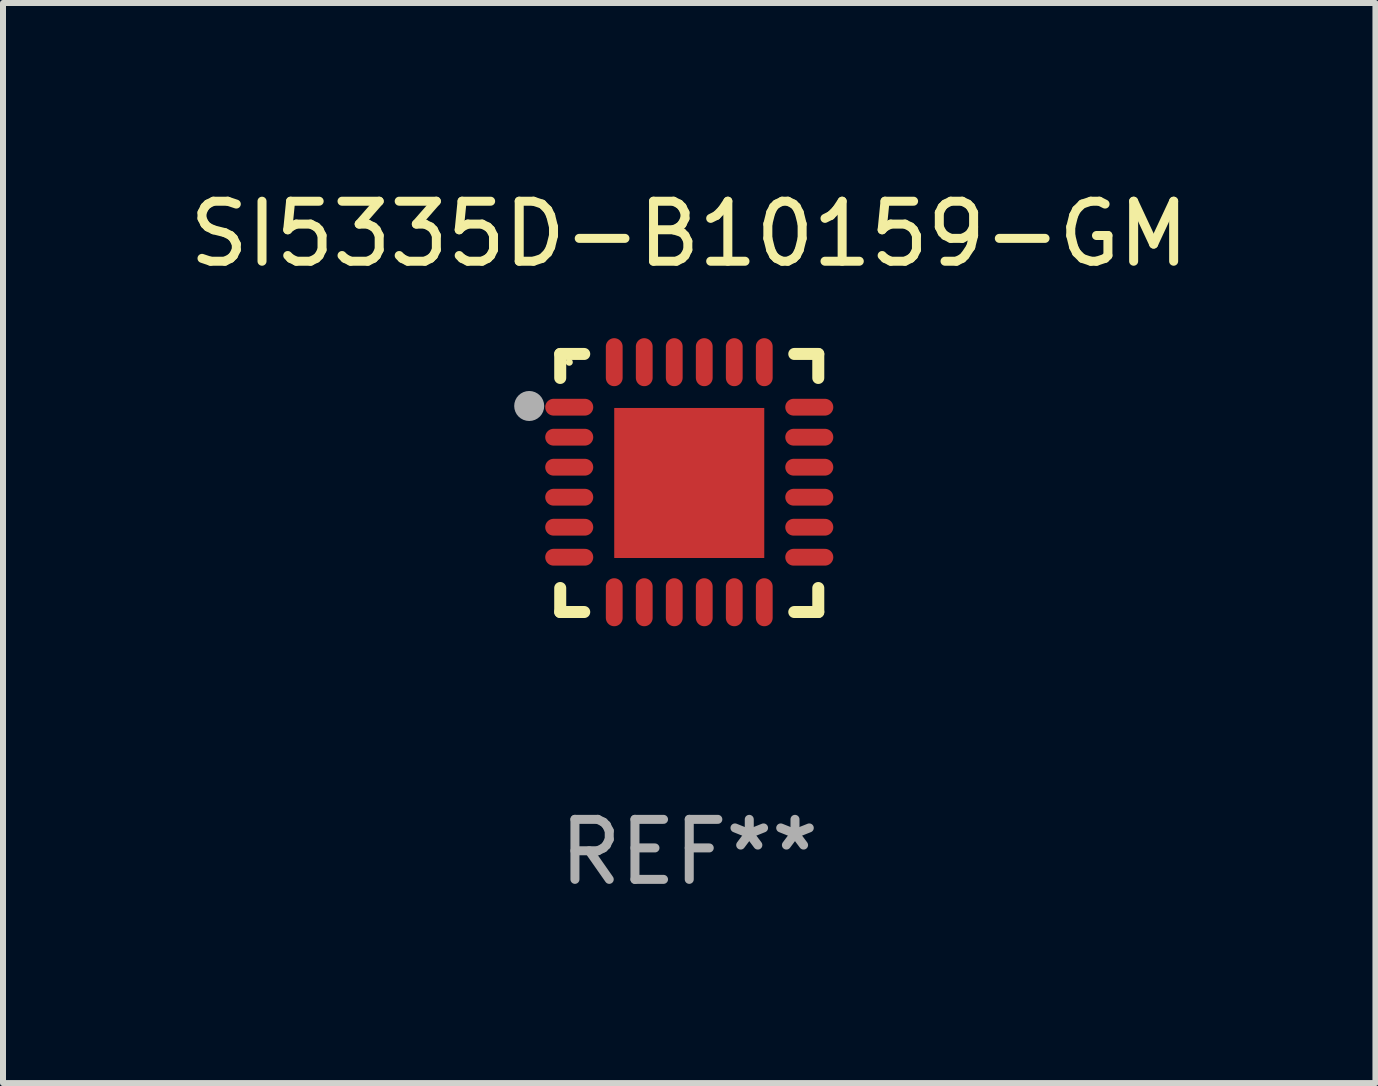
<source format=kicad_pcb>
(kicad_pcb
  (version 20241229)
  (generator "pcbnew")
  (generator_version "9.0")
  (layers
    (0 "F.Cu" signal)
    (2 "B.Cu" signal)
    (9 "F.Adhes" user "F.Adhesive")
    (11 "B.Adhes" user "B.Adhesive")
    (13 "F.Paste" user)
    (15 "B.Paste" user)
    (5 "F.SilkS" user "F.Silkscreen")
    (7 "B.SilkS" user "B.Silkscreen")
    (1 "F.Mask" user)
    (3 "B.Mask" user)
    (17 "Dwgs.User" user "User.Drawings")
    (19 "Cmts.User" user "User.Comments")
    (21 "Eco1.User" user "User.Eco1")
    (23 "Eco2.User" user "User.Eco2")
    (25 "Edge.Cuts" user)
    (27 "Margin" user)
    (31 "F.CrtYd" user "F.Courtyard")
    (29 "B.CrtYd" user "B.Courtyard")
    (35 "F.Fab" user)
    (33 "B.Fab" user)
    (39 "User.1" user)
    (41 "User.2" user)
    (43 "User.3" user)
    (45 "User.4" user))
  (footprint "SI5335D-B10159-GM"
    (layer "F.Cu")
    (at 8.435 4.998)
    (property "Reference" "SI5335D-B10159-GM" (at 0 -4.15 0) (layer "F.SilkS") (effects (font (size 1 1) (thickness 0.15))))
    (attr through_hole)
    (fp_line (start -2.15 -2.15) (end -1.75 -2.15) (stroke (width 0.2) (type solid)) (layer "F.SilkS"))
    (fp_line (start -2.15 -1.75) (end -2.15 -2.15) (stroke (width 0.2) (type solid)) (layer "F.SilkS"))
    (fp_line (start -2.15 2.15) (end -2.15 1.75) (stroke (width 0.2) (type solid)) (layer "F.SilkS"))
    (fp_line (start -1.75 2.15) (end -2.15 2.15) (stroke (width 0.2) (type solid)) (layer "F.SilkS"))
    (fp_line (start 1.75 -2.15) (end 2.15 -2.15) (stroke (width 0.2) (type solid)) (layer "F.SilkS"))
    (fp_line (start 1.75 2.15) (end 2.15 2.15) (stroke (width 0.2) (type solid)) (layer "F.SilkS"))
    (fp_line (start 2.15 -2.15) (end 2.15 -1.75) (stroke (width 0.2) (type solid)) (layer "F.SilkS"))
    (fp_line (start 2.15 2.15) (end 2.15 1.75) (stroke (width 0.2) (type solid)) (layer "F.SilkS"))
    (fp_circle (center -2 -2.013) (end -1.97 -2.013) (stroke (width 0.06) (type solid)) (fill no) (layer "F.SilkS"))
    (fp_circle (center -2.667 -1.283) (end -2.542 -1.283) (stroke (width 0.25) (type solid)) (fill no) (layer "F.Fab"))
    (fp_text user "REF**" (at 0 6.15 0) (layer "F.Fab") (effects (font (size 1 1) (thickness 0.15))))
    (pad "1" smd oval (at -2 -1.263) (size 0.8 0.28) (layers "F.Cu" "F.Mask" "F.Paste"))
    (pad "2" smd oval (at -2 -0.763) (size 0.8 0.28) (layers "F.Cu" "F.Mask" "F.Paste"))
    (pad "3" smd oval (at -2 -0.263) (size 0.8 0.28) (layers "F.Cu" "F.Mask" "F.Paste"))
    (pad "4" smd oval (at -2 0.237) (size 0.8 0.28) (layers "F.Cu" "F.Mask" "F.Paste"))
    (pad "5" smd oval (at -2 0.737) (size 0.8 0.28) (layers "F.Cu" "F.Mask" "F.Paste"))
    (pad "6" smd oval (at -2 1.237) (size 0.8 0.28) (layers "F.Cu" "F.Mask" "F.Paste"))
    (pad "7" smd oval (at -1.25 1.987) (size 0.28 0.8) (layers "F.Cu" "F.Mask" "F.Paste"))
    (pad "8" smd oval (at -0.75 1.987) (size 0.28 0.8) (layers "F.Cu" "F.Mask" "F.Paste"))
    (pad "9" smd oval (at -0.25 1.987) (size 0.28 0.8) (layers "F.Cu" "F.Mask" "F.Paste"))
    (pad "10" smd oval (at 0.25 1.987) (size 0.28 0.8) (layers "F.Cu" "F.Mask" "F.Paste"))
    (pad "11" smd oval (at 0.75 1.987) (size 0.28 0.8) (layers "F.Cu" "F.Mask" "F.Paste"))
    (pad "12" smd oval (at 1.25 1.987) (size 0.28 0.8) (layers "F.Cu" "F.Mask" "F.Paste"))
    (pad "13" smd oval (at 2 1.237) (size 0.8 0.28) (layers "F.Cu" "F.Mask" "F.Paste"))
    (pad "14" smd oval (at 2 0.737) (size 0.8 0.28) (layers "F.Cu" "F.Mask" "F.Paste"))
    (pad "15" smd oval (at 2 0.237) (size 0.8 0.28) (layers "F.Cu" "F.Mask" "F.Paste"))
    (pad "16" smd oval (at 2 -0.263) (size 0.8 0.28) (layers "F.Cu" "F.Mask" "F.Paste"))
    (pad "17" smd oval (at 2 -0.763) (size 0.8 0.28) (layers "F.Cu" "F.Mask" "F.Paste"))
    (pad "18" smd oval (at 2 -1.263) (size 0.8 0.28) (layers "F.Cu" "F.Mask" "F.Paste"))
    (pad "19" smd oval (at 1.25 -2.013) (size 0.28 0.8) (layers "F.Cu" "F.Mask" "F.Paste"))
    (pad "20" smd oval (at 0.75 -2.013) (size 0.28 0.8) (layers "F.Cu" "F.Mask" "F.Paste"))
    (pad "21" smd oval (at 0.25 -2.013) (size 0.28 0.8) (layers "F.Cu" "F.Mask" "F.Paste"))
    (pad "22" smd oval (at -0.25 -2.013) (size 0.28 0.8) (layers "F.Cu" "F.Mask" "F.Paste"))
    (pad "23" smd oval (at -0.75 -2.013) (size 0.28 0.8) (layers "F.Cu" "F.Mask" "F.Paste"))
    (pad "24" smd oval (at -1.25 -2.013) (size 0.28 0.8) (layers "F.Cu" "F.Mask" "F.Paste"))
    (pad "25" smd rect (at -0.000127 -0.00014) (size 2.5 2.5) (layers "F.Cu" "F.Mask" "F.Paste")))
  (gr_rect
    (start -3 -3)
    (end 19.869 14.997)
    (stroke (width 0.1) (type default))
    (fill no)
    (layer "Edge.Cuts")))
</source>
